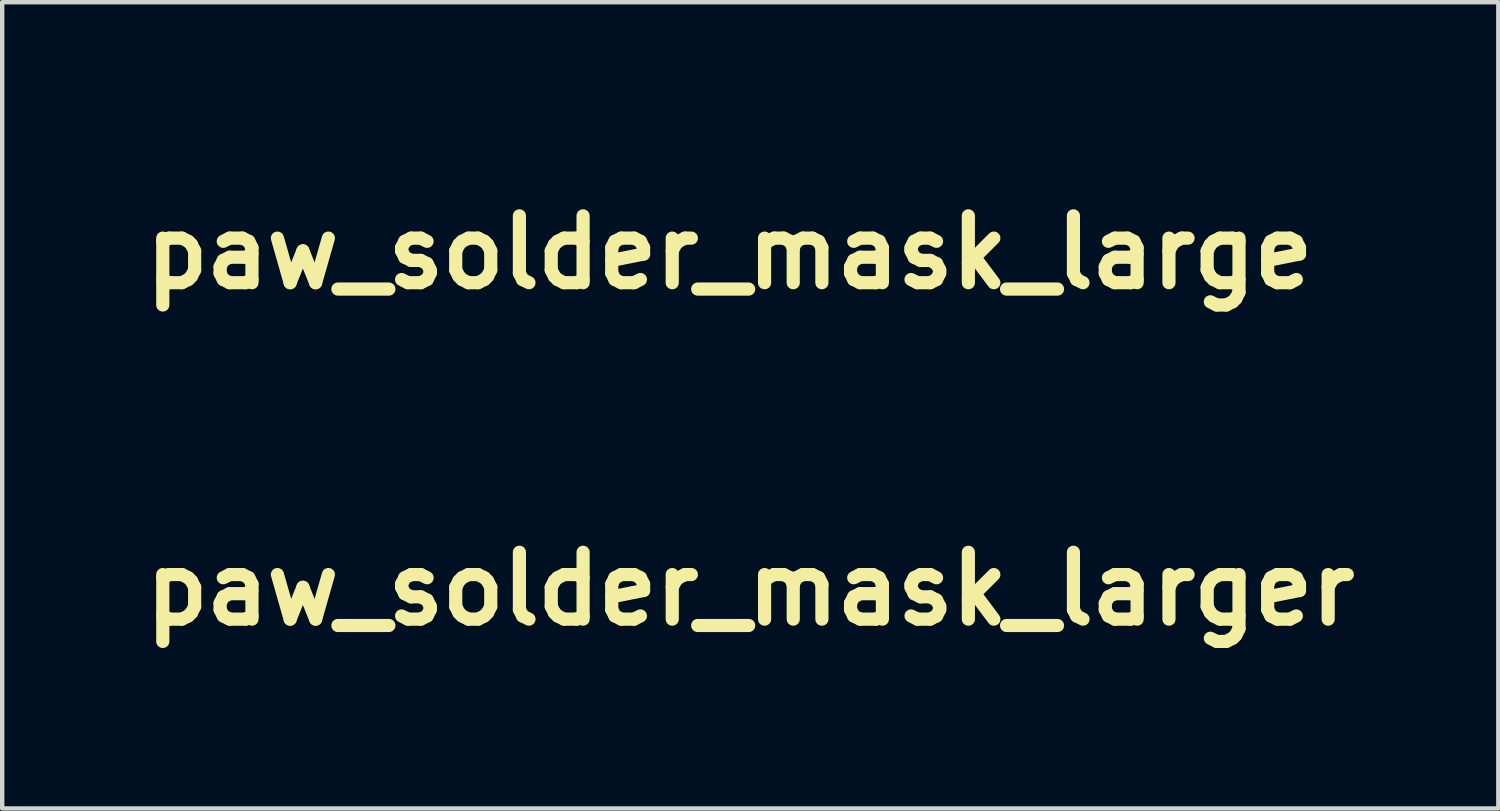
<source format=kicad_pcb>
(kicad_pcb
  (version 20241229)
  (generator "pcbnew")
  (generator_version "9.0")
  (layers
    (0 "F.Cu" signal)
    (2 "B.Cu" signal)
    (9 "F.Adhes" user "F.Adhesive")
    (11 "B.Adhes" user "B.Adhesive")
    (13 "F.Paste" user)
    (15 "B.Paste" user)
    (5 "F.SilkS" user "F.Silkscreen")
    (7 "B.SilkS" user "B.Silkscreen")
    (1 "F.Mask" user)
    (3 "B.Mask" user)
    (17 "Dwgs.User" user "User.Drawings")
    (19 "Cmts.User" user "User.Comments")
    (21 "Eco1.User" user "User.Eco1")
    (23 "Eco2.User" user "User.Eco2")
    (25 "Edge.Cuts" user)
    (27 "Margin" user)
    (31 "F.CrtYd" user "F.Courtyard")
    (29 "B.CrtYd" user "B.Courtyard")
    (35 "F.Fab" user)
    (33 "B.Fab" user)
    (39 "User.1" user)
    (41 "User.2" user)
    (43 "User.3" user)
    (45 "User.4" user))
  (footprint "paw_solder_mask_large"
    (layer "F.Cu")
    (at 13.578 2.704)
    (property "Reference" "paw_solder_mask_large" (at 0 0 0) (layer "F.SilkS") (effects (font (size 1.524 1.524) (thickness 0.3))))
    (attr through_hole)
    (fp_poly (pts (xy -1.463 -1.078) (xy -1.493 -0.839) (xy -1.565 -0.659) (xy -1.666 -0.563) (xy -1.733 -0.557) (xy -1.809 -0.619) (xy -1.792 -0.754) (xy -1.683 -0.967) (xy -1.61 -1.078) (xy -1.46 -1.299) (xy -1.463 -1.078)) (stroke (width 0.01) (type solid)) (fill yes) (layer "F.Mask"))
    (fp_poly (pts (xy 1.509 -2.552) (xy 1.518 -2.429) (xy 1.491 -2.185) (xy 1.427 -2.054) (xy 1.319 -2.022) (xy 1.286 -2.028) (xy 1.143 -2.064) (xy 1.277 -2.334) (xy 1.384 -2.521) (xy 1.464 -2.594) (xy 1.509 -2.552)) (stroke (width 0.01) (type solid)) (fill yes) (layer "F.Mask"))
    (fp_poly (pts (xy 0.048 -2.381) (xy 0.031 -2.189) (xy -0.007 -2.089) (xy -0.08 -2.049) (xy -0.111 -2.043) (xy -0.226 -2.058) (xy -0.254 -2.107) (xy -0.222 -2.208) (xy -0.141 -2.366) (xy -0.095 -2.445) (xy 0.064 -2.699) (xy 0.048 -2.381)) (stroke (width 0.01) (type solid)) (fill yes) (layer "F.Mask"))
    (fp_poly (pts (xy 2.225 -1.106) (xy 2.23 -1.092) (xy 2.254 -0.939) (xy 2.245 -0.747) (xy 2.243 -0.734) (xy 2.202 -0.579) (xy 2.129 -0.517) (xy 2.051 -0.508) (xy 1.941 -0.526) (xy 1.927 -0.604) (xy 1.94 -0.651) (xy 1.996 -0.807) (xy 2.076 -0.994) (xy 2.082 -1.009) (xy 2.149 -1.142) (xy 2.19 -1.17) (xy 2.225 -1.106)) (stroke (width 0.01) (type solid)) (fill yes) (layer "F.Mask"))
    (fp_poly (pts (xy -1.651 -0.343) (xy -1.474 -0.236) (xy -1.35 -0.057) (xy -1.286 0.167) (xy -1.293 0.412) (xy -1.379 0.651) (xy -1.477 0.786) (xy -1.685 0.947) (xy -1.901 0.981) (xy -2.009 0.952) (xy -2.201 0.811) (xy -2.317 0.575) (xy -2.349 0.307) (xy -2.301 0.013) (xy -2.161 -0.207) (xy -1.942 -0.337) (xy -1.872 -0.354) (xy -1.651 -0.343)) (stroke (width 0.01) (type solid)) (fill yes) (layer "F.Mask"))
    (fp_poly (pts (xy -0.105 -1.849) (xy 0.03 -1.745) (xy 0.135 -1.582) (xy 0.162 -1.502) (xy 0.167 -1.269) (xy 0.095 -0.999) (xy -0.038 -0.739) (xy -0.158 -0.591) (xy -0.356 -0.445) (xy -0.564 -0.377) (xy -0.748 -0.389) (xy -0.877 -0.487) (xy -0.887 -0.504) (xy -0.954 -0.754) (xy -0.925 -1.037) (xy -0.814 -1.322) (xy -0.635 -1.579) (xy -0.404 -1.779) (xy -0.237 -1.861) (xy -0.105 -1.849)) (stroke (width 0.01) (type solid)) (fill yes) (layer "F.Mask"))
    (fp_poly (pts (xy 1.445 -1.752) (xy 1.543 -1.597) (xy 1.582 -1.38) (xy 1.552 -1.116) (xy 1.452 -0.839) (xy 1.322 -0.64) (xy 1.15 -0.466) (xy 0.973 -0.349) (xy 0.856 -0.318) (xy 0.759 -0.351) (xy 0.649 -0.416) (xy 0.537 -0.567) (xy 0.498 -0.785) (xy 0.528 -1.041) (xy 0.62 -1.305) (xy 0.768 -1.546) (xy 0.901 -1.683) (xy 1.114 -1.811) (xy 1.299 -1.829) (xy 1.445 -1.752)) (stroke (width 0.01) (type solid)) (fill yes) (layer "F.Mask"))
    (fp_poly (pts (xy 2.196 -0.275) (xy 2.303 -0.159) (xy 2.331 0.011) (xy 2.287 0.216) (xy 2.174 0.436) (xy 1.998 0.653) (xy 1.764 0.848) (xy 1.703 0.887) (xy 1.448 0.998) (xy 1.239 0.994) (xy 1.116 0.916) (xy 1.037 0.802) (xy 1.027 0.664) (xy 1.088 0.471) (xy 1.151 0.332) (xy 1.32 0.078) (xy 1.546 -0.132) (xy 1.794 -0.272) (xy 2.008 -0.318) (xy 2.196 -0.275)) (stroke (width 0.01) (type solid)) (fill yes) (layer "F.Mask"))
    (fp_poly (pts (xy 0.493 0.267) (xy 0.624 0.336) (xy 0.624 0.336) (xy 0.66 0.443) (xy 0.679 0.627) (xy 0.68 0.765) (xy 0.686 1.009) (xy 0.736 1.188) (xy 0.814 1.317) (xy 0.961 1.608) (xy 0.991 1.887) (xy 0.904 2.14) (xy 0.703 2.351) (xy 0.699 2.354) (xy 0.478 2.477) (xy 0.284 2.5) (xy 0.069 2.425) (xy 0.042 2.41) (xy -0.12 2.332) (xy -0.232 2.317) (xy -0.354 2.359) (xy -0.395 2.379) (xy -0.606 2.462) (xy -0.762 2.459) (xy -0.899 2.372) (xy -0.98 2.312) (xy -1.068 2.302) (xy -1.207 2.342) (xy -1.287 2.372) (xy -1.584 2.461) (xy -1.802 2.464) (xy -1.955 2.382) (xy -2.005 2.32) (xy -2.068 2.123) (xy -2.016 1.898) (xy -1.846 1.644) (xy -1.599 1.393) (xy -1.384 1.172) (xy -1.181 0.918) (xy -1.048 0.709) (xy -0.882 0.45) (xy -0.712 0.305) (xy -0.514 0.263) (xy -0.266 0.313) (xy -0.266 0.313) (xy -0.064 0.361) (xy 0.08 0.34) (xy 0.114 0.325) (xy 0.306 0.263) (xy 0.493 0.267)) (stroke (width 0.01) (type solid)) (fill yes) (layer "F.Mask")))
  (footprint "paw_solder_mask_larger"
    (layer "F.Cu")
    (at 14.05 10.372)
    (property "Reference" "paw_solder_mask_larger" (at 0 0 0) (layer "F.SilkS") (effects (font (size 1.524 1.524) (thickness 0.3))))
    (attr through_hole)
    (fp_poly (pts (xy -1.171 -0.863) (xy -1.194 -0.672) (xy -1.252 -0.527) (xy -1.333 -0.451) (xy -1.386 -0.446) (xy -1.447 -0.495) (xy -1.434 -0.603) (xy -1.346 -0.773) (xy -1.288 -0.863) (xy -1.168 -1.04) (xy -1.171 -0.863)) (stroke (width 0.01) (type solid)) (fill yes) (layer "F.Mask"))
    (fp_poly (pts (xy 1.207 -2.042) (xy 1.214 -1.943) (xy 1.192 -1.748) (xy 1.141 -1.643) (xy 1.055 -1.618) (xy 1.029 -1.623) (xy 0.914 -1.651) (xy 1.021 -1.867) (xy 1.108 -2.016) (xy 1.171 -2.075) (xy 1.207 -2.042)) (stroke (width 0.01) (type solid)) (fill yes) (layer "F.Mask"))
    (fp_poly (pts (xy 0.038 -1.905) (xy 0.024 -1.751) (xy -0.006 -1.671) (xy -0.064 -1.639) (xy -0.089 -1.635) (xy -0.181 -1.646) (xy -0.203 -1.686) (xy -0.177 -1.766) (xy -0.113 -1.893) (xy -0.076 -1.956) (xy 0.051 -2.159) (xy 0.038 -1.905)) (stroke (width 0.01) (type solid)) (fill yes) (layer "F.Mask"))
    (fp_poly (pts (xy 1.78 -0.884) (xy 1.784 -0.873) (xy 1.803 -0.751) (xy 1.796 -0.598) (xy 1.794 -0.587) (xy 1.762 -0.464) (xy 1.703 -0.413) (xy 1.641 -0.406) (xy 1.553 -0.421) (xy 1.542 -0.483) (xy 1.552 -0.521) (xy 1.597 -0.646) (xy 1.66 -0.796) (xy 1.666 -0.807) (xy 1.719 -0.913) (xy 1.752 -0.936) (xy 1.78 -0.884)) (stroke (width 0.01) (type solid)) (fill yes) (layer "F.Mask"))
    (fp_poly (pts (xy -1.321 -0.275) (xy -1.179 -0.189) (xy -1.08 -0.046) (xy -1.029 0.134) (xy -1.035 0.329) (xy -1.103 0.52) (xy -1.181 0.628) (xy -1.348 0.757) (xy -1.521 0.785) (xy -1.607 0.762) (xy -1.761 0.648) (xy -1.853 0.46) (xy -1.88 0.246) (xy -1.84 0.01) (xy -1.729 -0.165) (xy -1.553 -0.269) (xy -1.498 -0.283) (xy -1.321 -0.275)) (stroke (width 0.01) (type solid)) (fill yes) (layer "F.Mask"))
    (fp_poly (pts (xy -0.084 -1.479) (xy 0.024 -1.396) (xy 0.108 -1.265) (xy 0.13 -1.202) (xy 0.134 -1.015) (xy 0.076 -0.799) (xy -0.031 -0.592) (xy -0.126 -0.473) (xy -0.285 -0.356) (xy -0.451 -0.301) (xy -0.598 -0.312) (xy -0.702 -0.39) (xy -0.709 -0.403) (xy -0.763 -0.603) (xy -0.74 -0.83) (xy -0.651 -1.058) (xy -0.508 -1.263) (xy -0.323 -1.423) (xy -0.189 -1.489) (xy -0.084 -1.479)) (stroke (width 0.01) (type solid)) (fill yes) (layer "F.Mask"))
    (fp_poly (pts (xy 1.156 -1.402) (xy 1.235 -1.278) (xy 1.266 -1.104) (xy 1.242 -0.893) (xy 1.161 -0.671) (xy 1.057 -0.512) (xy 0.92 -0.373) (xy 0.778 -0.279) (xy 0.684 -0.254) (xy 0.607 -0.281) (xy 0.519 -0.333) (xy 0.429 -0.453) (xy 0.399 -0.628) (xy 0.423 -0.833) (xy 0.496 -1.044) (xy 0.615 -1.237) (xy 0.721 -1.347) (xy 0.891 -1.449) (xy 1.039 -1.463) (xy 1.156 -1.402)) (stroke (width 0.01) (type solid)) (fill yes) (layer "F.Mask"))
    (fp_poly (pts (xy 1.757 -0.22) (xy 1.842 -0.127) (xy 1.865 0.009) (xy 1.829 0.173) (xy 1.739 0.349) (xy 1.599 0.523) (xy 1.411 0.678) (xy 1.363 0.709) (xy 1.158 0.799) (xy 0.991 0.795) (xy 0.893 0.733) (xy 0.83 0.642) (xy 0.822 0.531) (xy 0.87 0.376) (xy 0.921 0.265) (xy 1.056 0.063) (xy 1.237 -0.105) (xy 1.435 -0.218) (xy 1.606 -0.254) (xy 1.757 -0.22)) (stroke (width 0.01) (type solid)) (fill yes) (layer "F.Mask"))
    (fp_poly (pts (xy 0.395 0.214) (xy 0.499 0.269) (xy 0.499 0.269) (xy 0.528 0.354) (xy 0.543 0.502) (xy 0.544 0.612) (xy 0.549 0.807) (xy 0.589 0.95) (xy 0.651 1.054) (xy 0.769 1.286) (xy 0.793 1.51) (xy 0.723 1.712) (xy 0.562 1.881) (xy 0.559 1.883) (xy 0.383 1.982) (xy 0.227 2) (xy 0.055 1.94) (xy 0.033 1.928) (xy -0.096 1.866) (xy -0.186 1.853) (xy -0.283 1.887) (xy -0.316 1.903) (xy -0.485 1.969) (xy -0.61 1.967) (xy -0.719 1.898) (xy -0.784 1.85) (xy -0.854 1.842) (xy -0.965 1.874) (xy -1.03 1.898) (xy -1.267 1.969) (xy -1.441 1.971) (xy -1.564 1.905) (xy -1.604 1.856) (xy -1.655 1.698) (xy -1.613 1.519) (xy -1.477 1.315) (xy -1.279 1.115) (xy -1.107 0.937) (xy -0.945 0.734) (xy -0.838 0.567) (xy -0.706 0.36) (xy -0.569 0.244) (xy -0.411 0.211) (xy -0.213 0.251) (xy -0.213 0.251) (xy -0.051 0.289) (xy 0.064 0.272) (xy 0.091 0.26) (xy 0.245 0.21) (xy 0.395 0.214)) (stroke (width 0.01) (type solid)) (fill yes) (layer "F.Mask")))
  (gr_rect
    (start -3 -3)
    (end 31.1 15.377)
    (stroke (width 0.1) (type default))
    (fill no)
    (layer "Edge.Cuts")))
</source>
